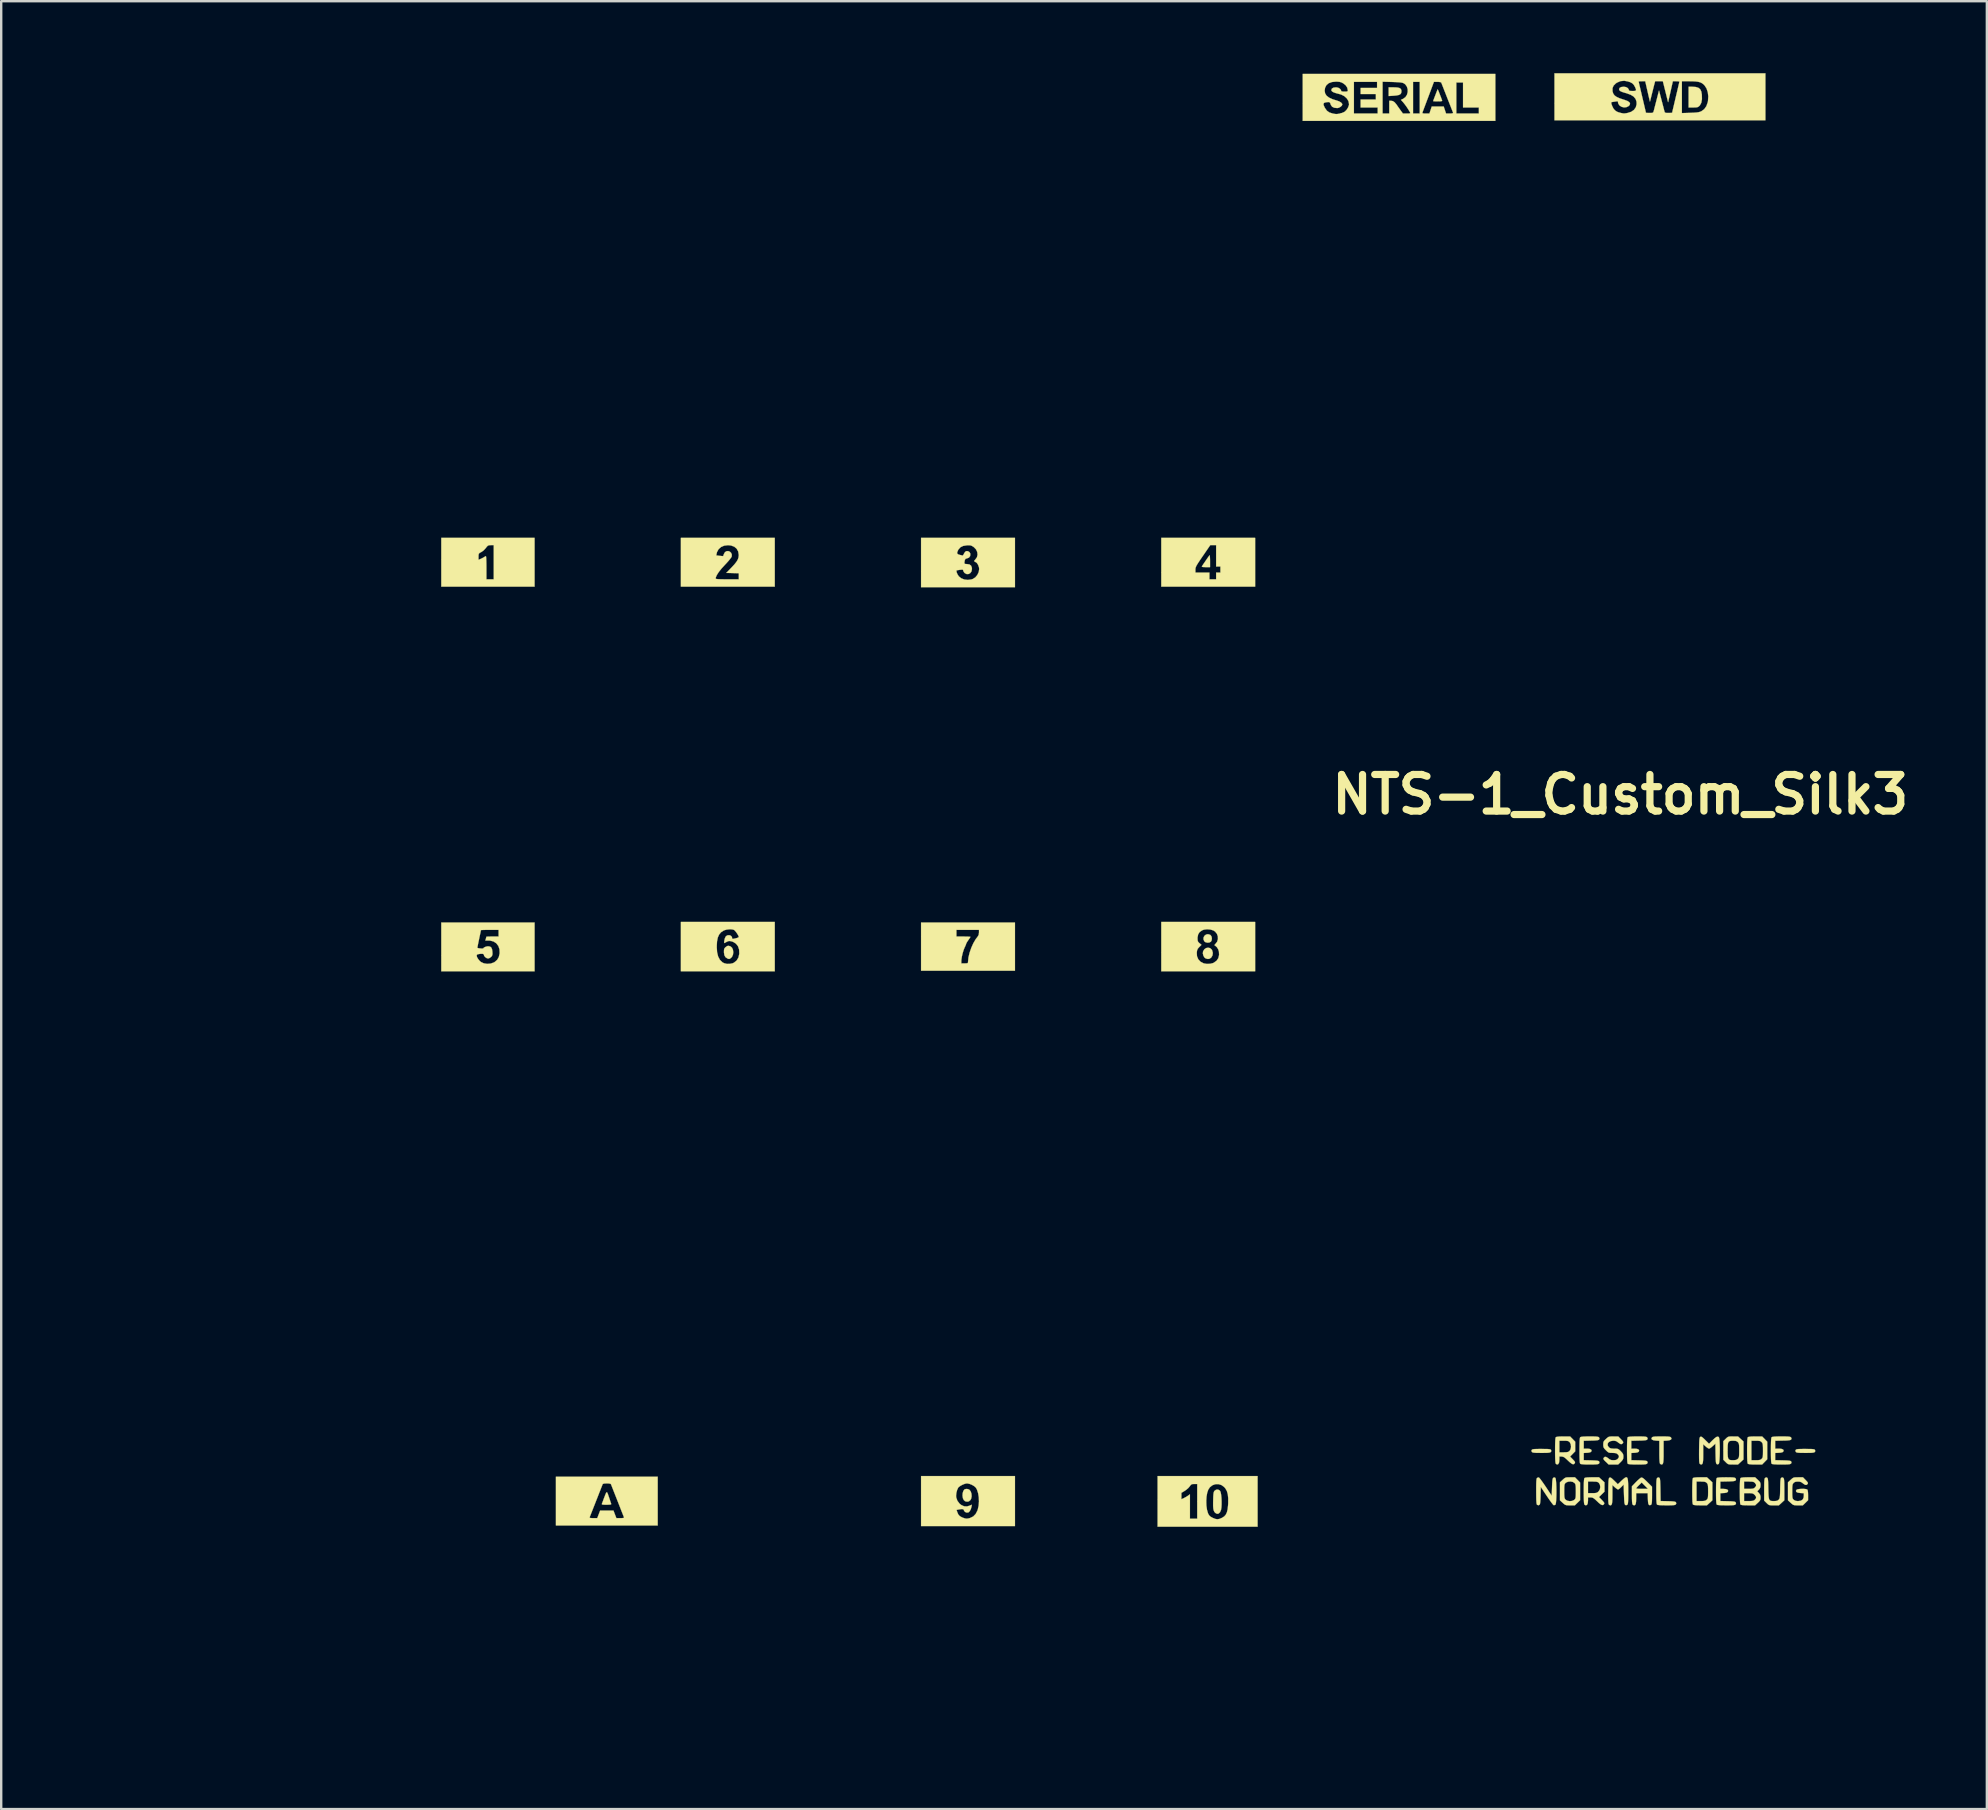
<source format=kicad_pcb>
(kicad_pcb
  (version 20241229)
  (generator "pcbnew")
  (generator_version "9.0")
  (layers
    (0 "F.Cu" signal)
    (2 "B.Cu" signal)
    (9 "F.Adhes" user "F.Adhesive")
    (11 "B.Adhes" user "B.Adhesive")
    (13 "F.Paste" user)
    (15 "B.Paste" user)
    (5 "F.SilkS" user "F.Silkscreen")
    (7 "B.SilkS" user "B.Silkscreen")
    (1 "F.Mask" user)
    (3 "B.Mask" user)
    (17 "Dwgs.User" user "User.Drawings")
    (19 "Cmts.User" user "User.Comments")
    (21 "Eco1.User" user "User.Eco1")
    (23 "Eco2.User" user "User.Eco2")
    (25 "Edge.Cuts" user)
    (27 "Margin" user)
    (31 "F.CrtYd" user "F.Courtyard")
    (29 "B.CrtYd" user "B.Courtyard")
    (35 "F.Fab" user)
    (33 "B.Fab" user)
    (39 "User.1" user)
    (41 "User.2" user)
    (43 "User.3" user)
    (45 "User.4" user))
  (footprint "NTS-1_Custom_Silk3"
    (layer "F.Cu")
    (at 0.25 69.073)
    (property "Reference" "NTS-1_Custom_Silk3" (at 64.21 -39.02 0) (layer "F.SilkS") (effects (font (size 1.524 1.524) (thickness 0.3))))
    (attr through_hole)
    (fp_poly (pts (xy 54.906 -68.479) (xy 55.001 -68.46) (xy 55.059 -68.425) (xy 55.087 -68.371) (xy 55.091 -68.321) (xy 55.082 -68.251) (xy 55.049 -68.201) (xy 54.985 -68.167) (xy 54.883 -68.146) (xy 54.777 -68.136) (xy 54.558 -68.121) (xy 54.558 -68.484) (xy 54.768 -68.484) (xy 54.906 -68.479)) (stroke (width 0.01) (type solid)) (fill yes) (layer "F.SilkS"))
    (fp_poly (pts (xy 47.114 -33.177) (xy 47.136 -33.164) (xy 47.176 -33.108) (xy 47.193 -33.029) (xy 47.184 -32.947) (xy 47.152 -32.888) (xy 47.088 -32.854) (xy 47.006 -32.847) (xy 46.928 -32.865) (xy 46.876 -32.904) (xy 46.841 -32.989) (xy 46.848 -33.07) (xy 46.887 -33.138) (xy 46.951 -33.185) (xy 47.029 -33.201) (xy 47.114 -33.177)) (stroke (width 0.01) (type solid)) (fill yes) (layer "F.SilkS"))
    (fp_poly (pts (xy 67.354 -68.499) (xy 67.464 -68.465) (xy 67.539 -68.403) (xy 67.585 -68.307) (xy 67.607 -68.179) (xy 67.611 -67.991) (xy 67.585 -67.844) (xy 67.529 -67.738) (xy 67.512 -67.718) (xy 67.47 -67.681) (xy 67.429 -67.659) (xy 67.371 -67.649) (xy 67.283 -67.646) (xy 67.247 -67.646) (xy 67.055 -67.646) (xy 67.055 -68.509) (xy 67.203 -68.509) (xy 67.354 -68.499)) (stroke (width 0.01) (type solid)) (fill yes) (layer "F.SilkS"))
    (fp_poly (pts (xy 37.028 -10.081) (xy 37.088 -10.055) (xy 37.144 -9.984) (xy 37.176 -9.885) (xy 37.183 -9.776) (xy 37.161 -9.675) (xy 37.132 -9.623) (xy 37.068 -9.569) (xy 36.994 -9.556) (xy 36.912 -9.573) (xy 36.856 -9.623) (xy 36.818 -9.703) (xy 36.803 -9.804) (xy 36.809 -9.909) (xy 36.837 -10.002) (xy 36.884 -10.066) (xy 36.89 -10.07) (xy 36.952 -10.087) (xy 37.028 -10.081)) (stroke (width 0.01) (type solid)) (fill yes) (layer "F.SilkS"))
    (fp_poly (pts (xy 47.103 -48.975) (xy 47.11 -48.92) (xy 47.115 -48.834) (xy 47.116 -48.753) (xy 47.116 -48.494) (xy 46.937 -48.494) (xy 46.84 -48.496) (xy 46.788 -48.504) (xy 46.773 -48.518) (xy 46.776 -48.526) (xy 46.8 -48.564) (xy 46.844 -48.63) (xy 46.901 -48.713) (xy 46.962 -48.802) (xy 47.02 -48.885) (xy 47.066 -48.95) (xy 47.093 -48.986) (xy 47.095 -48.988) (xy 47.103 -48.975)) (stroke (width 0.01) (type solid)) (fill yes) (layer "F.SilkS"))
    (fp_poly (pts (xy 47.116 -32.621) (xy 47.183 -32.564) (xy 47.203 -32.53) (xy 47.232 -32.422) (xy 47.219 -32.318) (xy 47.169 -32.232) (xy 47.148 -32.212) (xy 47.082 -32.173) (xy 47.016 -32.168) (xy 46.935 -32.19) (xy 46.878 -32.235) (xy 46.836 -32.312) (xy 46.816 -32.401) (xy 46.825 -32.484) (xy 46.826 -32.484) (xy 46.877 -32.57) (xy 46.951 -32.622) (xy 47.034 -32.639) (xy 47.116 -32.621)) (stroke (width 0.01) (type solid)) (fill yes) (layer "F.SilkS"))
    (fp_poly (pts (xy 56.612 -68.382) (xy 56.639 -68.32) (xy 56.679 -68.219) (xy 56.73 -68.086) (xy 56.787 -67.932) (xy 56.779 -67.915) (xy 56.736 -67.904) (xy 56.652 -67.9) (xy 56.605 -67.9) (xy 56.514 -67.901) (xy 56.445 -67.904) (xy 56.413 -67.909) (xy 56.412 -67.91) (xy 56.421 -67.938) (xy 56.443 -68) (xy 56.475 -68.084) (xy 56.51 -68.177) (xy 56.545 -68.268) (xy 56.575 -68.344) (xy 56.595 -68.391) (xy 56.6 -68.401) (xy 56.612 -68.382)) (stroke (width 0.01) (type solid)) (fill yes) (layer "F.SilkS"))
    (fp_poly (pts (xy 27.134 -32.693) (xy 27.136 -32.692) (xy 27.199 -32.638) (xy 27.238 -32.553) (xy 27.252 -32.452) (xy 27.24 -32.35) (xy 27.201 -32.26) (xy 27.165 -32.22) (xy 27.113 -32.179) (xy 27.076 -32.167) (xy 27.031 -32.178) (xy 27.012 -32.186) (xy 26.93 -32.239) (xy 26.882 -32.321) (xy 26.863 -32.44) (xy 26.863 -32.456) (xy 26.865 -32.543) (xy 26.878 -32.598) (xy 26.909 -32.639) (xy 26.931 -32.66) (xy 26.999 -32.708) (xy 27.059 -32.717) (xy 27.134 -32.693)) (stroke (width 0.01) (type solid)) (fill yes) (layer "F.SilkS"))
    (fp_poly (pts (xy 22 -9.937) (xy 22.026 -9.878) (xy 22.061 -9.776) (xy 22.072 -9.744) (xy 22.108 -9.636) (xy 22.138 -9.545) (xy 22.159 -9.482) (xy 22.167 -9.461) (xy 22.159 -9.444) (xy 22.118 -9.434) (xy 22.035 -9.43) (xy 21.97 -9.429) (xy 21.868 -9.43) (xy 21.807 -9.434) (xy 21.779 -9.444) (xy 21.775 -9.462) (xy 21.779 -9.473) (xy 21.796 -9.517) (xy 21.825 -9.594) (xy 21.86 -9.69) (xy 21.871 -9.718) (xy 21.918 -9.842) (xy 21.951 -9.919) (xy 21.977 -9.951) (xy 22 -9.937)) (stroke (width 0.01) (type solid)) (fill yes) (layer "F.SilkS"))
    (fp_poly (pts (xy 48.995 -47.681) (xy 45.084 -47.681) (xy 45.084 -48.387) (xy 46.506 -48.387) (xy 46.506 -48.266) (xy 47.09 -48.266) (xy 47.09 -47.986) (xy 47.37 -47.986) (xy 47.37 -48.266) (xy 47.548 -48.266) (xy 47.548 -48.52) (xy 47.37 -48.52) (xy 47.37 -49.409) (xy 47.125 -49.409) (xy 46.816 -48.959) (xy 46.713 -48.809) (xy 46.636 -48.694) (xy 46.581 -48.607) (xy 46.544 -48.541) (xy 46.522 -48.491) (xy 46.51 -48.448) (xy 46.506 -48.407) (xy 46.506 -48.387) (xy 45.084 -48.387) (xy 45.084 -49.713) (xy 48.995 -49.713) (xy 48.995 -47.681)) (stroke (width 0.01) (type solid)) (fill yes) (layer "F.SilkS"))
    (fp_poly (pts (xy 47.52 -10.022) (xy 47.539 -9.997) (xy 47.561 -9.937) (xy 47.579 -9.839) (xy 47.591 -9.716) (xy 47.597 -9.581) (xy 47.597 -9.446) (xy 47.591 -9.324) (xy 47.577 -9.228) (xy 47.573 -9.212) (xy 47.53 -9.114) (xy 47.473 -9.06) (xy 47.406 -9.05) (xy 47.336 -9.088) (xy 47.32 -9.103) (xy 47.288 -9.147) (xy 47.265 -9.203) (xy 47.251 -9.279) (xy 47.244 -9.383) (xy 47.244 -9.525) (xy 47.247 -9.641) (xy 47.251 -9.778) (xy 47.258 -9.874) (xy 47.268 -9.939) (xy 47.283 -9.981) (xy 47.304 -10.011) (xy 47.374 -10.057) (xy 47.451 -10.06) (xy 47.52 -10.022)) (stroke (width 0.01) (type solid)) (fill yes) (layer "F.SilkS"))
    (fp_poly (pts (xy 61.069 -11.752) (xy 61.175 -11.75) (xy 61.246 -11.744) (xy 61.289 -11.735) (xy 61.314 -11.722) (xy 61.323 -11.711) (xy 61.335 -11.661) (xy 61.316 -11.628) (xy 61.294 -11.612) (xy 61.256 -11.601) (xy 61.192 -11.593) (xy 61.095 -11.589) (xy 60.958 -11.588) (xy 60.921 -11.588) (xy 60.773 -11.589) (xy 60.668 -11.592) (xy 60.597 -11.599) (xy 60.554 -11.609) (xy 60.529 -11.624) (xy 60.525 -11.628) (xy 60.506 -11.677) (xy 60.519 -11.711) (xy 60.535 -11.727) (xy 60.566 -11.739) (xy 60.62 -11.747) (xy 60.703 -11.751) (xy 60.825 -11.753) (xy 60.921 -11.753) (xy 61.069 -11.752)) (stroke (width 0.01) (type solid)) (fill yes) (layer "F.SilkS"))
    (fp_poly (pts (xy 72.067 -11.752) (xy 72.173 -11.75) (xy 72.244 -11.744) (xy 72.288 -11.735) (xy 72.312 -11.722) (xy 72.321 -11.711) (xy 72.333 -11.661) (xy 72.314 -11.628) (xy 72.293 -11.612) (xy 72.254 -11.601) (xy 72.19 -11.593) (xy 72.094 -11.589) (xy 71.956 -11.588) (xy 71.919 -11.588) (xy 71.771 -11.589) (xy 71.666 -11.592) (xy 71.596 -11.599) (xy 71.552 -11.609) (xy 71.527 -11.624) (xy 71.523 -11.628) (xy 71.504 -11.677) (xy 71.517 -11.711) (xy 71.534 -11.727) (xy 71.565 -11.739) (xy 71.618 -11.747) (xy 71.701 -11.751) (xy 71.823 -11.753) (xy 71.919 -11.753) (xy 72.067 -11.752)) (stroke (width 0.01) (type solid)) (fill yes) (layer "F.SilkS"))
    (fp_poly (pts (xy 18.973 -47.681) (xy 15.086 -47.681) (xy 15.086 -48.798) (xy 16.636 -48.798) (xy 16.725 -48.836) (xy 16.801 -48.872) (xy 16.866 -48.909) (xy 16.871 -48.912) (xy 16.919 -48.942) (xy 16.946 -48.951) (xy 16.952 -48.927) (xy 16.958 -48.86) (xy 16.962 -48.758) (xy 16.965 -48.628) (xy 16.966 -48.479) (xy 16.966 -48.469) (xy 16.966 -47.986) (xy 17.271 -47.986) (xy 17.271 -49.409) (xy 17.15 -49.409) (xy 17.08 -49.406) (xy 17.032 -49.39) (xy 16.989 -49.352) (xy 16.941 -49.289) (xy 16.866 -49.207) (xy 16.781 -49.139) (xy 16.745 -49.118) (xy 16.683 -49.085) (xy 16.651 -49.053) (xy 16.639 -49.004) (xy 16.637 -48.932) (xy 16.636 -48.798) (xy 15.086 -48.798) (xy 15.086 -49.713) (xy 18.973 -49.713) (xy 18.973 -47.681)) (stroke (width 0.01) (type solid)) (fill yes) (layer "F.SilkS"))
    (fp_poly (pts (xy 66.072 -12.273) (xy 66.178 -12.27) (xy 66.248 -12.263) (xy 66.291 -12.253) (xy 66.316 -12.238) (xy 66.32 -12.234) (xy 66.343 -12.182) (xy 66.318 -12.141) (xy 66.248 -12.113) (xy 66.157 -12.101) (xy 66.013 -12.093) (xy 66.013 -11.63) (xy 66.013 -11.452) (xy 66.009 -11.319) (xy 66.002 -11.225) (xy 65.991 -11.162) (xy 65.974 -11.126) (xy 65.95 -11.109) (xy 65.924 -11.105) (xy 65.884 -11.122) (xy 65.866 -11.136) (xy 65.854 -11.168) (xy 65.845 -11.238) (xy 65.839 -11.35) (xy 65.836 -11.507) (xy 65.836 -11.63) (xy 65.836 -12.093) (xy 65.692 -12.101) (xy 65.587 -12.116) (xy 65.524 -12.146) (xy 65.507 -12.189) (xy 65.529 -12.234) (xy 65.551 -12.25) (xy 65.589 -12.261) (xy 65.653 -12.269) (xy 65.75 -12.272) (xy 65.887 -12.274) (xy 65.924 -12.274) (xy 66.072 -12.273)) (stroke (width 0.01) (type solid)) (fill yes) (layer "F.SilkS"))
    (fp_poly (pts (xy 65.831 -10.555) (xy 65.847 -10.54) (xy 65.858 -10.511) (xy 65.866 -10.461) (xy 65.872 -10.384) (xy 65.876 -10.273) (xy 65.88 -10.12) (xy 65.881 -10.056) (xy 65.888 -9.583) (xy 66.195 -9.576) (xy 66.33 -9.572) (xy 66.422 -9.565) (xy 66.481 -9.556) (xy 66.515 -9.542) (xy 66.53 -9.526) (xy 66.541 -9.476) (xy 66.523 -9.444) (xy 66.501 -9.427) (xy 66.463 -9.416) (xy 66.399 -9.409) (xy 66.302 -9.405) (xy 66.164 -9.404) (xy 66.13 -9.404) (xy 65.961 -9.406) (xy 65.841 -9.412) (xy 65.767 -9.422) (xy 65.739 -9.434) (xy 65.728 -9.464) (xy 65.719 -9.53) (xy 65.713 -9.635) (xy 65.71 -9.784) (xy 65.709 -9.98) (xy 65.709 -9.99) (xy 65.709 -10.17) (xy 65.711 -10.306) (xy 65.714 -10.404) (xy 65.72 -10.471) (xy 65.729 -10.514) (xy 65.74 -10.539) (xy 65.749 -10.548) (xy 65.798 -10.568) (xy 65.831 -10.555)) (stroke (width 0.01) (type solid)) (fill yes) (layer "F.SilkS"))
    (fp_poly (pts (xy 38.988 -31.679) (xy 35.076 -31.679) (xy 35.076 -33.381) (xy 36.549 -33.381) (xy 36.549 -33.102) (xy 36.842 -33.102) (xy 36.957 -33.101) (xy 37.05 -33.098) (xy 37.113 -33.094) (xy 37.134 -33.089) (xy 37.12 -33.063) (xy 37.084 -33.009) (xy 37.045 -32.953) (xy 36.997 -32.882) (xy 36.965 -32.827) (xy 36.956 -32.803) (xy 36.945 -32.767) (xy 36.918 -32.702) (xy 36.894 -32.653) (xy 36.85 -32.544) (xy 36.808 -32.407) (xy 36.775 -32.263) (xy 36.756 -32.134) (xy 36.753 -32.074) (xy 36.753 -31.984) (xy 36.892 -31.984) (xy 36.972 -31.986) (xy 37.014 -31.994) (xy 37.03 -32.016) (xy 37.033 -32.054) (xy 37.051 -32.232) (xy 37.098 -32.43) (xy 37.168 -32.633) (xy 37.255 -32.827) (xy 37.354 -32.995) (xy 37.432 -33.096) (xy 37.476 -33.172) (xy 37.489 -33.271) (xy 37.489 -33.381) (xy 36.549 -33.381) (xy 35.076 -33.381) (xy 35.076 -33.686) (xy 38.988 -33.686) (xy 38.988 -31.679)) (stroke (width 0.01) (type solid)) (fill yes) (layer "F.SilkS"))
    (fp_poly (pts (xy 48.995 -31.654) (xy 45.084 -31.654) (xy 45.084 -32.435) (xy 46.563 -32.435) (xy 46.572 -32.284) (xy 46.625 -32.155) (xy 46.717 -32.055) (xy 46.846 -31.988) (xy 46.86 -31.983) (xy 46.986 -31.962) (xy 47.12 -31.967) (xy 47.24 -31.997) (xy 47.267 -32.009) (xy 47.386 -32.093) (xy 47.461 -32.202) (xy 47.493 -32.337) (xy 47.486 -32.474) (xy 47.456 -32.571) (xy 47.401 -32.658) (xy 47.333 -32.719) (xy 47.314 -32.729) (xy 47.3 -32.748) (xy 47.329 -32.783) (xy 47.335 -32.789) (xy 47.41 -32.883) (xy 47.444 -32.994) (xy 47.441 -33.11) (xy 47.4 -33.22) (xy 47.324 -33.311) (xy 47.255 -33.356) (xy 47.133 -33.394) (xy 46.996 -33.406) (xy 46.864 -33.39) (xy 46.787 -33.362) (xy 46.683 -33.289) (xy 46.621 -33.193) (xy 46.596 -33.068) (xy 46.595 -33.034) (xy 46.598 -32.949) (xy 46.613 -32.895) (xy 46.646 -32.852) (xy 46.677 -32.825) (xy 46.759 -32.756) (xy 46.666 -32.664) (xy 46.608 -32.598) (xy 46.578 -32.533) (xy 46.564 -32.446) (xy 46.563 -32.435) (xy 45.084 -32.435) (xy 45.084 -33.711) (xy 48.995 -33.711) (xy 48.995 -31.654)) (stroke (width 0.01) (type solid)) (fill yes) (layer "F.SilkS"))
    (fp_poly (pts (xy 65.112 -10.56) (xy 65.156 -10.537) (xy 65.218 -10.486) (xy 65.307 -10.402) (xy 65.331 -10.378) (xy 65.531 -10.179) (xy 65.531 -9.82) (xy 65.53 -9.673) (xy 65.527 -9.568) (xy 65.52 -9.498) (xy 65.51 -9.455) (xy 65.494 -9.431) (xy 65.491 -9.427) (xy 65.442 -9.408) (xy 65.408 -9.42) (xy 65.387 -9.445) (xy 65.372 -9.491) (xy 65.363 -9.571) (xy 65.358 -9.679) (xy 65.351 -9.912) (xy 64.87 -9.912) (xy 64.87 -9.688) (xy 64.866 -9.558) (xy 64.853 -9.472) (xy 64.829 -9.422) (xy 64.791 -9.404) (xy 64.781 -9.404) (xy 64.741 -9.42) (xy 64.723 -9.434) (xy 64.709 -9.472) (xy 64.699 -9.553) (xy 64.694 -9.681) (xy 64.693 -9.83) (xy 64.693 -10.11) (xy 64.87 -10.11) (xy 64.894 -10.101) (xy 64.957 -10.094) (xy 65.05 -10.09) (xy 65.118 -10.089) (xy 65.365 -10.089) (xy 65.1 -10.355) (xy 64.985 -10.242) (xy 64.925 -10.181) (xy 64.884 -10.132) (xy 64.87 -10.11) (xy 64.693 -10.11) (xy 64.693 -10.196) (xy 64.861 -10.371) (xy 64.94 -10.449) (xy 65.011 -10.512) (xy 65.064 -10.553) (xy 65.08 -10.561) (xy 65.112 -10.56)) (stroke (width 0.01) (type solid)) (fill yes) (layer "F.SilkS"))
    (fp_poly (pts (xy 67.932 -10.467) (xy 68.045 -10.362) (xy 68.045 -9.613) (xy 67.932 -9.508) (xy 67.818 -9.404) (xy 67.543 -9.404) (xy 67.396 -9.407) (xy 67.295 -9.416) (xy 67.242 -9.431) (xy 67.238 -9.434) (xy 67.226 -9.464) (xy 67.218 -9.53) (xy 67.212 -9.636) (xy 67.208 -9.785) (xy 67.207 -9.981) (xy 67.207 -9.988) (xy 67.208 -10.185) (xy 67.212 -10.336) (xy 67.215 -10.394) (xy 67.385 -10.394) (xy 67.385 -9.581) (xy 67.568 -9.581) (xy 67.67 -9.584) (xy 67.737 -9.594) (xy 67.783 -9.615) (xy 67.809 -9.637) (xy 67.834 -9.664) (xy 67.851 -9.696) (xy 67.861 -9.743) (xy 67.866 -9.816) (xy 67.868 -9.924) (xy 67.868 -9.984) (xy 67.867 -10.112) (xy 67.863 -10.2) (xy 67.855 -10.259) (xy 67.841 -10.298) (xy 67.819 -10.328) (xy 67.812 -10.335) (xy 67.776 -10.367) (xy 67.732 -10.384) (xy 67.665 -10.392) (xy 67.571 -10.394) (xy 67.385 -10.394) (xy 67.215 -10.394) (xy 67.217 -10.443) (xy 67.226 -10.51) (xy 67.237 -10.541) (xy 67.238 -10.542) (xy 67.281 -10.557) (xy 67.373 -10.568) (xy 67.512 -10.572) (xy 67.543 -10.572) (xy 67.818 -10.572) (xy 67.932 -10.467)) (stroke (width 0.01) (type solid)) (fill yes) (layer "F.SilkS"))
    (fp_poly (pts (xy 70.225 -12.165) (xy 70.331 -12.056) (xy 70.331 -11.323) (xy 70.225 -11.214) (xy 70.118 -11.105) (xy 69.836 -11.105) (xy 69.686 -11.108) (xy 69.583 -11.117) (xy 69.529 -11.132) (xy 69.524 -11.136) (xy 69.512 -11.166) (xy 69.504 -11.232) (xy 69.498 -11.337) (xy 69.494 -11.486) (xy 69.493 -11.682) (xy 69.493 -11.69) (xy 69.494 -11.887) (xy 69.498 -12.038) (xy 69.501 -12.096) (xy 69.671 -12.096) (xy 69.671 -11.283) (xy 69.854 -11.283) (xy 69.956 -11.286) (xy 70.023 -11.296) (xy 70.069 -11.317) (xy 70.095 -11.338) (xy 70.12 -11.366) (xy 70.137 -11.398) (xy 70.147 -11.445) (xy 70.152 -11.517) (xy 70.154 -11.626) (xy 70.154 -11.686) (xy 70.153 -11.814) (xy 70.149 -11.902) (xy 70.141 -11.96) (xy 70.127 -11.999) (xy 70.105 -12.03) (xy 70.098 -12.037) (xy 70.062 -12.068) (xy 70.018 -12.086) (xy 69.951 -12.094) (xy 69.857 -12.096) (xy 69.671 -12.096) (xy 69.501 -12.096) (xy 69.503 -12.145) (xy 69.512 -12.212) (xy 69.523 -12.243) (xy 69.524 -12.243) (xy 69.567 -12.259) (xy 69.66 -12.269) (xy 69.8 -12.274) (xy 69.836 -12.274) (xy 70.118 -12.274) (xy 70.225 -12.165)) (stroke (width 0.01) (type solid)) (fill yes) (layer "F.SilkS"))
    (fp_poly (pts (xy 24.103 -8.565) (xy 19.862 -8.565) (xy 19.862 -8.902) (xy 21.266 -8.902) (xy 21.273 -8.884) (xy 21.317 -8.874) (xy 21.405 -8.87) (xy 21.419 -8.87) (xy 21.584 -8.87) (xy 21.706 -9.188) (xy 22.259 -9.188) (xy 22.381 -8.87) (xy 22.546 -8.87) (xy 22.639 -8.873) (xy 22.688 -8.882) (xy 22.7 -8.899) (xy 22.699 -8.902) (xy 22.687 -8.933) (xy 22.658 -9.005) (xy 22.616 -9.112) (xy 22.563 -9.246) (xy 22.502 -9.403) (xy 22.434 -9.575) (xy 22.427 -9.594) (xy 22.359 -9.767) (xy 22.296 -9.926) (xy 22.242 -10.063) (xy 22.199 -10.173) (xy 22.169 -10.249) (xy 22.155 -10.285) (xy 22.155 -10.286) (xy 22.12 -10.306) (xy 22.039 -10.317) (xy 21.983 -10.318) (xy 21.879 -10.313) (xy 21.821 -10.297) (xy 21.81 -10.286) (xy 21.798 -10.255) (xy 21.769 -10.183) (xy 21.727 -10.076) (xy 21.674 -9.942) (xy 21.613 -9.785) (xy 21.545 -9.613) (xy 21.538 -9.594) (xy 21.47 -9.421) (xy 21.407 -9.262) (xy 21.353 -9.125) (xy 21.31 -9.015) (xy 21.28 -8.939) (xy 21.266 -8.903) (xy 21.266 -8.902) (xy 19.862 -8.902) (xy 19.862 -10.597) (xy 24.103 -10.597) (xy 24.103 -8.565)) (stroke (width 0.01) (type solid)) (fill yes) (layer "F.SilkS"))
    (fp_poly (pts (xy 69.227 -12.169) (xy 69.341 -12.064) (xy 69.341 -11.315) (xy 69.227 -11.21) (xy 69.113 -11.105) (xy 68.907 -11.105) (xy 68.804 -11.106) (xy 68.737 -11.112) (xy 68.69 -11.128) (xy 68.648 -11.158) (xy 68.601 -11.204) (xy 68.503 -11.303) (xy 68.503 -11.694) (xy 68.68 -11.694) (xy 68.682 -11.541) (xy 68.689 -11.431) (xy 68.706 -11.358) (xy 68.737 -11.314) (xy 68.786 -11.292) (xy 68.856 -11.284) (xy 68.905 -11.283) (xy 69 -11.289) (xy 69.064 -11.309) (xy 69.104 -11.338) (xy 69.13 -11.366) (xy 69.146 -11.398) (xy 69.156 -11.445) (xy 69.161 -11.517) (xy 69.163 -11.626) (xy 69.163 -11.686) (xy 69.162 -11.814) (xy 69.159 -11.902) (xy 69.15 -11.96) (xy 69.136 -11.999) (xy 69.114 -12.03) (xy 69.108 -12.037) (xy 69.063 -12.073) (xy 69.004 -12.091) (xy 68.914 -12.096) (xy 68.913 -12.096) (xy 68.826 -12.093) (xy 68.763 -12.08) (xy 68.722 -12.049) (xy 68.697 -11.993) (xy 68.685 -11.905) (xy 68.681 -11.777) (xy 68.68 -11.694) (xy 68.503 -11.694) (xy 68.503 -12.077) (xy 68.601 -12.175) (xy 68.652 -12.224) (xy 68.693 -12.253) (xy 68.741 -12.268) (xy 68.81 -12.273) (xy 68.907 -12.274) (xy 69.113 -12.274) (xy 69.227 -12.169)) (stroke (width 0.01) (type solid)) (fill yes) (layer "F.SilkS"))
    (fp_poly (pts (xy 62.427 -10.463) (xy 62.534 -10.354) (xy 62.534 -9.617) (xy 62.425 -9.51) (xy 62.316 -9.404) (xy 62.119 -9.404) (xy 62.019 -9.405) (xy 61.953 -9.412) (xy 61.905 -9.43) (xy 61.856 -9.466) (xy 61.809 -9.508) (xy 61.695 -9.613) (xy 61.695 -9.991) (xy 61.873 -9.991) (xy 61.874 -9.863) (xy 61.878 -9.775) (xy 61.886 -9.717) (xy 61.9 -9.678) (xy 61.922 -9.647) (xy 61.928 -9.64) (xy 62.001 -9.596) (xy 62.097 -9.578) (xy 62.197 -9.587) (xy 62.281 -9.624) (xy 62.297 -9.637) (xy 62.322 -9.664) (xy 62.339 -9.696) (xy 62.349 -9.743) (xy 62.354 -9.816) (xy 62.356 -9.924) (xy 62.356 -9.984) (xy 62.355 -10.112) (xy 62.351 -10.2) (xy 62.343 -10.259) (xy 62.329 -10.298) (xy 62.307 -10.328) (xy 62.301 -10.335) (xy 62.228 -10.38) (xy 62.132 -10.398) (xy 62.032 -10.388) (xy 61.948 -10.352) (xy 61.932 -10.339) (xy 61.907 -10.312) (xy 61.89 -10.28) (xy 61.88 -10.233) (xy 61.875 -10.16) (xy 61.873 -10.051) (xy 61.873 -9.991) (xy 61.695 -9.991) (xy 61.695 -10.362) (xy 61.809 -10.467) (xy 61.868 -10.52) (xy 61.915 -10.551) (xy 61.966 -10.566) (xy 62.037 -10.571) (xy 62.121 -10.572) (xy 62.32 -10.572) (xy 62.427 -10.463)) (stroke (width 0.01) (type solid)) (fill yes) (layer "F.SilkS"))
    (fp_poly (pts (xy 61.503 -10.548) (xy 61.518 -10.511) (xy 61.529 -10.433) (xy 61.538 -10.322) (xy 61.544 -10.19) (xy 61.547 -10.044) (xy 61.547 -9.895) (xy 61.544 -9.752) (xy 61.538 -9.624) (xy 61.529 -9.521) (xy 61.516 -9.452) (xy 61.505 -9.429) (xy 61.456 -9.41) (xy 61.43 -9.412) (xy 61.404 -9.437) (xy 61.356 -9.498) (xy 61.291 -9.587) (xy 61.214 -9.696) (xy 61.144 -9.8) (xy 60.895 -10.173) (xy 60.888 -9.822) (xy 60.883 -9.679) (xy 60.876 -9.562) (xy 60.866 -9.479) (xy 60.854 -9.438) (xy 60.853 -9.437) (xy 60.802 -9.405) (xy 60.747 -9.424) (xy 60.735 -9.434) (xy 60.724 -9.464) (xy 60.715 -9.53) (xy 60.709 -9.635) (xy 60.706 -9.784) (xy 60.705 -9.98) (xy 60.705 -9.99) (xy 60.705 -10.172) (xy 60.707 -10.309) (xy 60.711 -10.409) (xy 60.717 -10.476) (xy 60.726 -10.519) (xy 60.738 -10.542) (xy 60.743 -10.546) (xy 60.792 -10.566) (xy 60.818 -10.563) (xy 60.844 -10.538) (xy 60.892 -10.478) (xy 60.957 -10.389) (xy 61.034 -10.279) (xy 61.104 -10.176) (xy 61.352 -9.803) (xy 61.365 -10.166) (xy 61.371 -10.313) (xy 61.378 -10.417) (xy 61.387 -10.486) (xy 61.399 -10.528) (xy 61.415 -10.551) (xy 61.42 -10.555) (xy 61.47 -10.567) (xy 61.503 -10.548)) (stroke (width 0.01) (type solid)) (fill yes) (layer "F.SilkS"))
    (fp_poly (pts (xy 28.98 -47.681) (xy 25.069 -47.681) (xy 25.069 -48.018) (xy 26.517 -48.018) (xy 26.529 -48.006) (xy 26.568 -47.998) (xy 26.641 -47.992) (xy 26.751 -47.988) (xy 26.905 -47.986) (xy 26.999 -47.986) (xy 27.482 -47.986) (xy 27.482 -48.238) (xy 27.221 -48.246) (xy 26.961 -48.253) (xy 27.177 -48.476) (xy 27.298 -48.606) (xy 27.383 -48.714) (xy 27.439 -48.808) (xy 27.469 -48.896) (xy 27.48 -48.988) (xy 27.48 -49.002) (xy 27.457 -49.145) (xy 27.394 -49.261) (xy 27.294 -49.345) (xy 27.159 -49.395) (xy 27.033 -49.408) (xy 26.875 -49.389) (xy 26.742 -49.332) (xy 26.64 -49.241) (xy 26.574 -49.122) (xy 26.559 -49.062) (xy 26.544 -48.982) (xy 26.685 -48.965) (xy 26.762 -48.957) (xy 26.816 -48.954) (xy 26.831 -48.956) (xy 26.841 -48.983) (xy 26.86 -49.038) (xy 26.861 -49.04) (xy 26.906 -49.118) (xy 26.97 -49.158) (xy 27.041 -49.164) (xy 27.109 -49.139) (xy 27.162 -49.088) (xy 27.191 -49.015) (xy 27.186 -48.932) (xy 27.162 -48.891) (xy 27.11 -48.822) (xy 27.036 -48.733) (xy 26.946 -48.634) (xy 26.906 -48.592) (xy 26.763 -48.436) (xy 26.65 -48.294) (xy 26.57 -48.17) (xy 26.525 -48.069) (xy 26.517 -48.018) (xy 25.069 -48.018) (xy 25.069 -49.713) (xy 28.98 -49.713) (xy 28.98 -47.681)) (stroke (width 0.01) (type solid)) (fill yes) (layer "F.SilkS"))
    (fp_poly (pts (xy 63.077 -12.273) (xy 63.181 -12.27) (xy 63.251 -12.263) (xy 63.295 -12.253) (xy 63.319 -12.237) (xy 63.323 -12.234) (xy 63.342 -12.185) (xy 63.33 -12.151) (xy 63.31 -12.132) (xy 63.272 -12.119) (xy 63.208 -12.111) (xy 63.109 -12.105) (xy 62.994 -12.102) (xy 62.686 -12.094) (xy 62.686 -11.766) (xy 62.823 -11.766) (xy 62.927 -11.756) (xy 62.992 -11.728) (xy 63.014 -11.684) (xy 62.999 -11.643) (xy 62.959 -11.614) (xy 62.878 -11.597) (xy 62.829 -11.593) (xy 62.686 -11.585) (xy 62.686 -11.285) (xy 62.994 -11.278) (xy 63.129 -11.273) (xy 63.221 -11.267) (xy 63.28 -11.258) (xy 63.314 -11.244) (xy 63.33 -11.228) (xy 63.341 -11.178) (xy 63.323 -11.146) (xy 63.301 -11.129) (xy 63.262 -11.118) (xy 63.198 -11.111) (xy 63.101 -11.107) (xy 62.963 -11.105) (xy 62.929 -11.105) (xy 62.76 -11.107) (xy 62.64 -11.114) (xy 62.566 -11.124) (xy 62.539 -11.136) (xy 62.527 -11.166) (xy 62.519 -11.232) (xy 62.513 -11.337) (xy 62.509 -11.486) (xy 62.508 -11.682) (xy 62.508 -11.69) (xy 62.509 -11.887) (xy 62.513 -12.038) (xy 62.518 -12.145) (xy 62.527 -12.212) (xy 62.538 -12.243) (xy 62.539 -12.243) (xy 62.577 -12.257) (xy 62.659 -12.267) (xy 62.788 -12.272) (xy 62.929 -12.274) (xy 63.077 -12.273)) (stroke (width 0.01) (type solid)) (fill yes) (layer "F.SilkS"))
    (fp_poly (pts (xy 65.073 -12.273) (xy 65.181 -12.27) (xy 65.253 -12.264) (xy 65.298 -12.254) (xy 65.324 -12.239) (xy 65.329 -12.234) (xy 65.349 -12.185) (xy 65.336 -12.151) (xy 65.317 -12.133) (xy 65.28 -12.12) (xy 65.218 -12.111) (xy 65.121 -12.105) (xy 64.988 -12.102) (xy 64.667 -12.094) (xy 64.667 -11.766) (xy 64.804 -11.766) (xy 64.908 -11.756) (xy 64.973 -11.728) (xy 64.995 -11.684) (xy 64.981 -11.643) (xy 64.94 -11.614) (xy 64.859 -11.597) (xy 64.811 -11.593) (xy 64.667 -11.585) (xy 64.667 -11.285) (xy 64.988 -11.278) (xy 65.126 -11.274) (xy 65.221 -11.268) (xy 65.282 -11.259) (xy 65.318 -11.246) (xy 65.336 -11.228) (xy 65.348 -11.178) (xy 65.329 -11.146) (xy 65.308 -11.13) (xy 65.27 -11.118) (xy 65.207 -11.111) (xy 65.112 -11.107) (xy 64.977 -11.105) (xy 64.923 -11.105) (xy 64.752 -11.107) (xy 64.629 -11.113) (xy 64.552 -11.123) (xy 64.52 -11.136) (xy 64.508 -11.166) (xy 64.5 -11.232) (xy 64.494 -11.337) (xy 64.491 -11.486) (xy 64.489 -11.682) (xy 64.489 -11.69) (xy 64.49 -11.887) (xy 64.494 -12.038) (xy 64.5 -12.145) (xy 64.508 -12.212) (xy 64.519 -12.243) (xy 64.52 -12.243) (xy 64.557 -12.257) (xy 64.637 -12.267) (xy 64.764 -12.272) (xy 64.923 -12.274) (xy 65.073 -12.273)) (stroke (width 0.01) (type solid)) (fill yes) (layer "F.SilkS"))
    (fp_poly (pts (xy 68.766 -10.571) (xy 68.871 -10.568) (xy 68.941 -10.561) (xy 68.984 -10.551) (xy 69.009 -10.536) (xy 69.012 -10.532) (xy 69.032 -10.483) (xy 69.019 -10.449) (xy 68.999 -10.431) (xy 68.962 -10.418) (xy 68.898 -10.409) (xy 68.799 -10.403) (xy 68.684 -10.4) (xy 68.376 -10.393) (xy 68.376 -10.089) (xy 68.512 -10.089) (xy 68.617 -10.08) (xy 68.682 -10.052) (xy 68.703 -10.008) (xy 68.689 -9.967) (xy 68.648 -9.937) (xy 68.568 -9.92) (xy 68.519 -9.917) (xy 68.376 -9.909) (xy 68.376 -9.583) (xy 68.684 -9.576) (xy 68.819 -9.572) (xy 68.911 -9.565) (xy 68.97 -9.556) (xy 69.004 -9.542) (xy 69.019 -9.526) (xy 69.031 -9.476) (xy 69.012 -9.444) (xy 68.991 -9.427) (xy 68.952 -9.416) (xy 68.888 -9.409) (xy 68.791 -9.405) (xy 68.653 -9.404) (xy 68.619 -9.404) (xy 68.45 -9.406) (xy 68.33 -9.412) (xy 68.256 -9.422) (xy 68.228 -9.434) (xy 68.217 -9.464) (xy 68.208 -9.53) (xy 68.202 -9.636) (xy 68.199 -9.785) (xy 68.198 -9.981) (xy 68.198 -9.988) (xy 68.199 -10.185) (xy 68.202 -10.336) (xy 68.208 -10.443) (xy 68.217 -10.51) (xy 68.228 -10.541) (xy 68.228 -10.542) (xy 68.266 -10.556) (xy 68.349 -10.565) (xy 68.478 -10.571) (xy 68.619 -10.572) (xy 68.766 -10.571)) (stroke (width 0.01) (type solid)) (fill yes) (layer "F.SilkS"))
    (fp_poly (pts (xy 70.327 -10.555) (xy 70.343 -10.539) (xy 70.355 -10.508) (xy 70.363 -10.456) (xy 70.369 -10.374) (xy 70.373 -10.257) (xy 70.376 -10.101) (xy 70.38 -9.926) (xy 70.386 -9.796) (xy 70.398 -9.703) (xy 70.417 -9.642) (xy 70.448 -9.606) (xy 70.494 -9.588) (xy 70.556 -9.582) (xy 70.61 -9.581) (xy 70.702 -9.586) (xy 70.761 -9.602) (xy 70.805 -9.635) (xy 70.809 -9.639) (xy 70.829 -9.665) (xy 70.844 -9.695) (xy 70.854 -9.74) (xy 70.861 -9.807) (xy 70.866 -9.904) (xy 70.869 -10.041) (xy 70.87 -10.113) (xy 70.874 -10.271) (xy 70.878 -10.385) (xy 70.884 -10.463) (xy 70.893 -10.513) (xy 70.906 -10.542) (xy 70.92 -10.555) (xy 70.97 -10.567) (xy 71.002 -10.548) (xy 71.017 -10.529) (xy 71.028 -10.495) (xy 71.035 -10.438) (xy 71.04 -10.352) (xy 71.042 -10.23) (xy 71.043 -10.064) (xy 71.043 -9.613) (xy 70.929 -9.508) (xy 70.815 -9.404) (xy 70.608 -9.404) (xy 70.506 -9.404) (xy 70.439 -9.41) (xy 70.392 -9.426) (xy 70.35 -9.456) (xy 70.303 -9.502) (xy 70.204 -9.601) (xy 70.204 -10.058) (xy 70.205 -10.225) (xy 70.207 -10.349) (xy 70.212 -10.436) (xy 70.219 -10.493) (xy 70.229 -10.528) (xy 70.244 -10.548) (xy 70.245 -10.548) (xy 70.294 -10.568) (xy 70.327 -10.555)) (stroke (width 0.01) (type solid)) (fill yes) (layer "F.SilkS"))
    (fp_poly (pts (xy 71.068 -12.273) (xy 71.175 -12.27) (xy 71.247 -12.264) (xy 71.292 -12.254) (xy 71.318 -12.239) (xy 71.324 -12.234) (xy 71.343 -12.185) (xy 71.331 -12.151) (xy 71.311 -12.133) (xy 71.275 -12.12) (xy 71.212 -12.111) (xy 71.116 -12.105) (xy 70.983 -12.102) (xy 70.662 -12.094) (xy 70.662 -11.766) (xy 70.811 -11.766) (xy 70.922 -11.757) (xy 70.991 -11.73) (xy 71.015 -11.688) (xy 71 -11.643) (xy 70.964 -11.616) (xy 70.893 -11.599) (xy 70.818 -11.593) (xy 70.662 -11.586) (xy 70.662 -11.285) (xy 70.983 -11.278) (xy 71.12 -11.274) (xy 71.215 -11.268) (xy 71.277 -11.259) (xy 71.312 -11.246) (xy 71.331 -11.228) (xy 71.342 -11.178) (xy 71.324 -11.146) (xy 71.302 -11.13) (xy 71.264 -11.118) (xy 71.202 -11.111) (xy 71.107 -11.107) (xy 70.971 -11.105) (xy 70.918 -11.105) (xy 70.747 -11.107) (xy 70.624 -11.113) (xy 70.547 -11.123) (xy 70.514 -11.136) (xy 70.503 -11.166) (xy 70.494 -11.232) (xy 70.488 -11.337) (xy 70.485 -11.486) (xy 70.484 -11.682) (xy 70.484 -11.69) (xy 70.485 -11.887) (xy 70.488 -12.038) (xy 70.494 -12.145) (xy 70.503 -12.212) (xy 70.514 -12.243) (xy 70.514 -12.243) (xy 70.551 -12.257) (xy 70.632 -12.267) (xy 70.758 -12.272) (xy 70.918 -12.274) (xy 71.068 -12.273)) (stroke (width 0.01) (type solid)) (fill yes) (layer "F.SilkS"))
    (fp_poly (pts (xy 49.097 -8.515) (xy 44.931 -8.515) (xy 44.931 -9.658) (xy 45.922 -9.658) (xy 46.017 -9.701) (xy 46.104 -9.747) (xy 46.189 -9.799) (xy 46.195 -9.804) (xy 46.278 -9.863) (xy 46.278 -8.845) (xy 46.582 -8.845) (xy 46.582 -9.578) (xy 46.958 -9.578) (xy 46.964 -9.394) (xy 46.988 -9.223) (xy 47.029 -9.08) (xy 47.035 -9.064) (xy 47.075 -8.991) (xy 47.127 -8.939) (xy 47.209 -8.891) (xy 47.221 -8.885) (xy 47.332 -8.839) (xy 47.422 -8.824) (xy 47.511 -8.839) (xy 47.616 -8.884) (xy 47.704 -8.94) (xy 47.77 -9.012) (xy 47.817 -9.11) (xy 47.849 -9.239) (xy 47.867 -9.407) (xy 47.872 -9.494) (xy 47.873 -9.699) (xy 47.856 -9.864) (xy 47.818 -9.997) (xy 47.757 -10.105) (xy 47.703 -10.169) (xy 47.589 -10.25) (xy 47.463 -10.288) (xy 47.334 -10.284) (xy 47.213 -10.239) (xy 47.109 -10.156) (xy 47.042 -10.056) (xy 46.997 -9.924) (xy 46.969 -9.76) (xy 46.958 -9.578) (xy 46.582 -9.578) (xy 46.582 -10.293) (xy 46.459 -10.293) (xy 46.381 -10.289) (xy 46.333 -10.271) (xy 46.293 -10.228) (xy 46.269 -10.193) (xy 46.211 -10.125) (xy 46.127 -10.053) (xy 46.064 -10.009) (xy 45.923 -9.924) (xy 45.922 -9.658) (xy 44.931 -9.658) (xy 44.931 -10.623) (xy 49.097 -10.623) (xy 49.097 -8.515)) (stroke (width 0.01) (type solid)) (fill yes) (layer "F.SilkS"))
    (fp_poly (pts (xy 38.988 -8.54) (xy 35.076 -8.54) (xy 35.076 -9.805) (xy 36.535 -9.805) (xy 36.539 -9.738) (xy 36.589 -9.594) (xy 36.681 -9.473) (xy 36.755 -9.415) (xy 36.872 -9.363) (xy 36.992 -9.359) (xy 37.1 -9.391) (xy 37.191 -9.429) (xy 37.176 -9.338) (xy 37.149 -9.242) (xy 37.104 -9.161) (xy 37.052 -9.111) (xy 37.043 -9.107) (xy 36.972 -9.102) (xy 36.906 -9.13) (xy 36.866 -9.183) (xy 36.865 -9.188) (xy 36.847 -9.227) (xy 36.813 -9.246) (xy 36.752 -9.247) (xy 36.654 -9.232) (xy 36.647 -9.231) (xy 36.554 -9.213) (xy 36.588 -9.114) (xy 36.629 -9.021) (xy 36.686 -8.957) (xy 36.773 -8.907) (xy 36.81 -8.891) (xy 36.906 -8.858) (xy 36.983 -8.848) (xy 37.067 -8.862) (xy 37.112 -8.874) (xy 37.247 -8.939) (xy 37.351 -9.045) (xy 37.427 -9.192) (xy 37.437 -9.224) (xy 37.474 -9.386) (xy 37.488 -9.563) (xy 37.481 -9.742) (xy 37.453 -9.909) (xy 37.407 -10.053) (xy 37.359 -10.14) (xy 37.292 -10.201) (xy 37.195 -10.258) (xy 37.089 -10.3) (xy 36.994 -10.318) (xy 36.989 -10.318) (xy 36.909 -10.304) (xy 36.813 -10.267) (xy 36.719 -10.218) (xy 36.647 -10.166) (xy 36.622 -10.137) (xy 36.578 -10.042) (xy 36.547 -9.923) (xy 36.535 -9.805) (xy 35.076 -9.805) (xy 35.076 -10.623) (xy 38.988 -10.623) (xy 38.988 -8.54)) (stroke (width 0.01) (type solid)) (fill yes) (layer "F.SilkS"))
    (fp_poly (pts (xy 64.489 -10.565) (xy 64.513 -10.519) (xy 64.528 -10.435) (xy 64.536 -10.309) (xy 64.54 -10.137) (xy 64.54 -9.986) (xy 64.54 -9.806) (xy 64.538 -9.67) (xy 64.534 -9.571) (xy 64.529 -9.504) (xy 64.52 -9.461) (xy 64.508 -9.436) (xy 64.5 -9.427) (xy 64.451 -9.408) (xy 64.417 -9.42) (xy 64.401 -9.438) (xy 64.389 -9.47) (xy 64.379 -9.526) (xy 64.372 -9.613) (xy 64.367 -9.737) (xy 64.362 -9.858) (xy 64.35 -10.27) (xy 64.249 -10.167) (xy 64.189 -10.11) (xy 64.138 -10.073) (xy 64.116 -10.064) (xy 64.08 -10.08) (xy 64.023 -10.121) (xy 63.981 -10.156) (xy 63.88 -10.248) (xy 63.88 -9.856) (xy 63.879 -9.692) (xy 63.874 -9.572) (xy 63.865 -9.49) (xy 63.85 -9.439) (xy 63.827 -9.413) (xy 63.796 -9.404) (xy 63.789 -9.404) (xy 63.748 -9.421) (xy 63.73 -9.439) (xy 63.719 -9.473) (xy 63.712 -9.548) (xy 63.707 -9.665) (xy 63.706 -9.829) (xy 63.708 -10.001) (xy 63.711 -10.18) (xy 63.714 -10.314) (xy 63.718 -10.411) (xy 63.725 -10.477) (xy 63.733 -10.519) (xy 63.745 -10.543) (xy 63.759 -10.556) (xy 63.786 -10.564) (xy 63.821 -10.552) (xy 63.871 -10.513) (xy 63.946 -10.442) (xy 63.955 -10.434) (xy 64.107 -10.283) (xy 64.258 -10.428) (xy 64.34 -10.503) (xy 64.404 -10.553) (xy 64.453 -10.575) (xy 64.489 -10.565)) (stroke (width 0.01) (type solid)) (fill yes) (layer "F.SilkS"))
    (fp_poly (pts (xy 68.304 -12.255) (xy 68.313 -12.247) (xy 68.328 -12.21) (xy 68.339 -12.132) (xy 68.347 -12.022) (xy 68.352 -11.889) (xy 68.355 -11.744) (xy 68.354 -11.595) (xy 68.35 -11.452) (xy 68.343 -11.324) (xy 68.334 -11.221) (xy 68.321 -11.152) (xy 68.31 -11.129) (xy 68.261 -11.109) (xy 68.227 -11.122) (xy 68.211 -11.139) (xy 68.199 -11.17) (xy 68.191 -11.224) (xy 68.185 -11.307) (xy 68.181 -11.427) (xy 68.178 -11.562) (xy 68.171 -11.974) (xy 68.058 -11.87) (xy 67.992 -11.814) (xy 67.935 -11.776) (xy 67.906 -11.766) (xy 67.867 -11.782) (xy 67.807 -11.823) (xy 67.766 -11.858) (xy 67.664 -11.95) (xy 67.664 -11.558) (xy 67.663 -11.394) (xy 67.659 -11.274) (xy 67.649 -11.192) (xy 67.634 -11.141) (xy 67.612 -11.114) (xy 67.581 -11.106) (xy 67.574 -11.105) (xy 67.533 -11.123) (xy 67.515 -11.14) (xy 67.504 -11.175) (xy 67.496 -11.249) (xy 67.492 -11.367) (xy 67.491 -11.531) (xy 67.492 -11.703) (xy 67.495 -11.881) (xy 67.498 -12.016) (xy 67.503 -12.113) (xy 67.509 -12.179) (xy 67.518 -12.221) (xy 67.529 -12.245) (xy 67.543 -12.258) (xy 67.57 -12.266) (xy 67.605 -12.254) (xy 67.654 -12.216) (xy 67.728 -12.147) (xy 67.747 -12.127) (xy 67.907 -11.969) (xy 68.045 -12.109) (xy 68.139 -12.197) (xy 68.208 -12.249) (xy 68.261 -12.267) (xy 68.304 -12.255)) (stroke (width 0.01) (type solid)) (fill yes) (layer "F.SilkS"))
    (fp_poly (pts (xy 62.224 -12.165) (xy 62.33 -12.056) (xy 62.33 -11.653) (xy 62.224 -11.545) (xy 62.117 -11.436) (xy 62.229 -11.321) (xy 62.291 -11.254) (xy 62.32 -11.21) (xy 62.322 -11.177) (xy 62.314 -11.162) (xy 62.279 -11.123) (xy 62.236 -11.115) (xy 62.179 -11.141) (xy 62.102 -11.201) (xy 62.029 -11.269) (xy 61.944 -11.349) (xy 61.882 -11.399) (xy 61.832 -11.425) (xy 61.785 -11.435) (xy 61.763 -11.436) (xy 61.67 -11.436) (xy 61.67 -11.301) (xy 61.659 -11.19) (xy 61.628 -11.125) (xy 61.581 -11.105) (xy 61.54 -11.122) (xy 61.523 -11.136) (xy 61.511 -11.166) (xy 61.503 -11.232) (xy 61.497 -11.337) (xy 61.493 -11.486) (xy 61.492 -11.682) (xy 61.492 -11.69) (xy 61.493 -11.887) (xy 61.497 -12.038) (xy 61.5 -12.096) (xy 61.67 -12.096) (xy 61.67 -11.613) (xy 61.853 -11.613) (xy 61.955 -11.616) (xy 62.022 -11.626) (xy 62.068 -11.647) (xy 62.094 -11.669) (xy 62.138 -11.741) (xy 62.156 -11.837) (xy 62.147 -11.937) (xy 62.11 -12.021) (xy 62.097 -12.037) (xy 62.061 -12.068) (xy 62.017 -12.086) (xy 61.95 -12.094) (xy 61.856 -12.096) (xy 61.67 -12.096) (xy 61.5 -12.096) (xy 61.502 -12.145) (xy 61.511 -12.212) (xy 61.522 -12.243) (xy 61.523 -12.243) (xy 61.566 -12.259) (xy 61.659 -12.269) (xy 61.799 -12.274) (xy 61.835 -12.274) (xy 62.117 -12.274) (xy 62.224 -12.165)) (stroke (width 0.01) (type solid)) (fill yes) (layer "F.SilkS"))
    (fp_poly (pts (xy 63.436 -10.467) (xy 63.55 -10.362) (xy 63.55 -9.973) (xy 63.435 -9.861) (xy 63.321 -9.748) (xy 63.441 -9.626) (xy 63.505 -9.557) (xy 63.537 -9.512) (xy 63.542 -9.479) (xy 63.534 -9.46) (xy 63.499 -9.422) (xy 63.456 -9.414) (xy 63.399 -9.439) (xy 63.321 -9.499) (xy 63.249 -9.567) (xy 63.165 -9.646) (xy 63.104 -9.695) (xy 63.056 -9.722) (xy 63.009 -9.732) (xy 62.97 -9.734) (xy 62.864 -9.734) (xy 62.864 -9.599) (xy 62.853 -9.488) (xy 62.822 -9.423) (xy 62.775 -9.404) (xy 62.734 -9.42) (xy 62.716 -9.434) (xy 62.705 -9.464) (xy 62.696 -9.53) (xy 62.691 -9.636) (xy 62.687 -9.785) (xy 62.686 -9.981) (xy 62.686 -9.988) (xy 62.687 -10.185) (xy 62.69 -10.336) (xy 62.694 -10.394) (xy 62.864 -10.394) (xy 62.864 -9.912) (xy 63.047 -9.912) (xy 63.146 -9.914) (xy 63.21 -9.923) (xy 63.256 -9.943) (xy 63.299 -9.979) (xy 63.301 -9.98) (xy 63.356 -10.064) (xy 63.375 -10.164) (xy 63.36 -10.264) (xy 63.317 -10.335) (xy 63.282 -10.366) (xy 63.24 -10.383) (xy 63.177 -10.392) (xy 63.079 -10.394) (xy 63.063 -10.394) (xy 62.864 -10.394) (xy 62.694 -10.394) (xy 62.696 -10.443) (xy 62.705 -10.51) (xy 62.716 -10.541) (xy 62.716 -10.542) (xy 62.76 -10.557) (xy 62.853 -10.568) (xy 62.995 -10.572) (xy 63.035 -10.572) (xy 63.322 -10.572) (xy 63.436 -10.467)) (stroke (width 0.01) (type solid)) (fill yes) (layer "F.SilkS"))
    (fp_poly (pts (xy 28.98 -31.654) (xy 25.069 -31.654) (xy 25.069 -32.671) (xy 26.563 -32.671) (xy 26.577 -32.451) (xy 26.62 -32.273) (xy 26.693 -32.134) (xy 26.794 -32.034) (xy 26.867 -31.993) (xy 26.98 -31.965) (xy 27.109 -31.964) (xy 27.229 -31.99) (xy 27.275 -32.011) (xy 27.391 -32.103) (xy 27.466 -32.226) (xy 27.501 -32.379) (xy 27.502 -32.39) (xy 27.495 -32.559) (xy 27.448 -32.698) (xy 27.363 -32.806) (xy 27.242 -32.881) (xy 27.188 -32.899) (xy 27.111 -32.916) (xy 27.051 -32.912) (xy 26.981 -32.883) (xy 26.974 -32.879) (xy 26.872 -32.829) (xy 26.872 -32.88) (xy 26.879 -32.937) (xy 26.897 -33.013) (xy 26.901 -33.028) (xy 26.936 -33.103) (xy 26.99 -33.145) (xy 27.007 -33.152) (xy 27.085 -33.16) (xy 27.153 -33.135) (xy 27.195 -33.085) (xy 27.202 -33.05) (xy 27.203 -33.02) (xy 27.212 -33.005) (xy 27.241 -33.005) (xy 27.302 -33.017) (xy 27.353 -33.028) (xy 27.426 -33.049) (xy 27.472 -33.073) (xy 27.482 -33.086) (xy 27.466 -33.133) (xy 27.428 -33.201) (xy 27.378 -33.275) (xy 27.326 -33.34) (xy 27.284 -33.378) (xy 27.282 -33.379) (xy 27.2 -33.402) (xy 27.092 -33.406) (xy 26.975 -33.392) (xy 26.871 -33.361) (xy 26.854 -33.353) (xy 26.744 -33.282) (xy 26.662 -33.185) (xy 26.606 -33.058) (xy 26.574 -32.894) (xy 26.563 -32.69) (xy 26.563 -32.671) (xy 25.069 -32.671) (xy 25.069 -33.711) (xy 28.98 -33.711) (xy 28.98 -31.654)) (stroke (width 0.01) (type solid)) (fill yes) (layer "F.SilkS"))
    (fp_poly (pts (xy 71.932 -10.457) (xy 71.994 -10.39) (xy 72.023 -10.346) (xy 72.024 -10.313) (xy 72.017 -10.298) (xy 71.972 -10.255) (xy 71.915 -10.256) (xy 71.841 -10.301) (xy 71.823 -10.317) (xy 71.754 -10.367) (xy 71.686 -10.39) (xy 71.609 -10.394) (xy 71.52 -10.388) (xy 71.461 -10.364) (xy 71.428 -10.335) (xy 71.404 -10.305) (xy 71.388 -10.269) (xy 71.379 -10.217) (xy 71.374 -10.137) (xy 71.373 -10.02) (xy 71.373 -9.984) (xy 71.373 -9.857) (xy 71.377 -9.77) (xy 71.384 -9.714) (xy 71.398 -9.677) (xy 71.42 -9.648) (xy 71.432 -9.637) (xy 71.49 -9.599) (xy 71.568 -9.583) (xy 71.618 -9.581) (xy 71.732 -9.597) (xy 71.808 -9.645) (xy 71.848 -9.728) (xy 71.855 -9.804) (xy 71.855 -9.909) (xy 71.712 -9.917) (xy 71.607 -9.932) (xy 71.544 -9.962) (xy 71.527 -10.004) (xy 71.549 -10.049) (xy 71.591 -10.07) (xy 71.668 -10.084) (xy 71.763 -10.091) (xy 71.861 -10.09) (xy 71.944 -10.081) (xy 71.997 -10.063) (xy 72.003 -10.059) (xy 72.019 -10.016) (xy 72.03 -9.932) (xy 72.033 -9.823) (xy 72.033 -9.617) (xy 71.924 -9.51) (xy 71.815 -9.404) (xy 71.619 -9.404) (xy 71.519 -9.405) (xy 71.453 -9.412) (xy 71.404 -9.43) (xy 71.356 -9.466) (xy 71.309 -9.508) (xy 71.195 -9.613) (xy 71.195 -10.362) (xy 71.309 -10.467) (xy 71.368 -10.52) (xy 71.414 -10.551) (xy 71.465 -10.566) (xy 71.537 -10.571) (xy 71.621 -10.572) (xy 71.819 -10.572) (xy 71.932 -10.457)) (stroke (width 0.01) (type solid)) (fill yes) (layer "F.SilkS"))
    (fp_poly (pts (xy 69.938 -10.467) (xy 70.003 -10.404) (xy 70.037 -10.354) (xy 70.05 -10.299) (xy 70.052 -10.246) (xy 70.044 -10.157) (xy 70.012 -10.092) (xy 69.984 -10.059) (xy 69.915 -9.988) (xy 69.984 -9.917) (xy 70.031 -9.853) (xy 70.05 -9.779) (xy 70.052 -9.729) (xy 70.048 -9.66) (xy 70.03 -9.608) (xy 69.989 -9.557) (xy 69.938 -9.508) (xy 69.825 -9.404) (xy 69.537 -9.404) (xy 69.384 -9.407) (xy 69.28 -9.415) (xy 69.225 -9.43) (xy 69.219 -9.434) (xy 69.207 -9.464) (xy 69.199 -9.53) (xy 69.193 -9.636) (xy 69.19 -9.785) (xy 69.189 -9.912) (xy 69.366 -9.912) (xy 69.366 -9.581) (xy 69.561 -9.581) (xy 69.667 -9.584) (xy 69.735 -9.592) (xy 69.782 -9.61) (xy 69.815 -9.637) (xy 69.864 -9.699) (xy 69.866 -9.759) (xy 69.821 -9.825) (xy 69.803 -9.843) (xy 69.76 -9.88) (xy 69.714 -9.9) (xy 69.65 -9.909) (xy 69.553 -9.912) (xy 69.549 -9.912) (xy 69.366 -9.912) (xy 69.189 -9.912) (xy 69.188 -9.981) (xy 69.188 -9.988) (xy 69.189 -10.185) (xy 69.193 -10.336) (xy 69.196 -10.394) (xy 69.366 -10.394) (xy 69.366 -10.089) (xy 69.561 -10.089) (xy 69.667 -10.092) (xy 69.735 -10.1) (xy 69.782 -10.118) (xy 69.815 -10.145) (xy 69.864 -10.208) (xy 69.866 -10.267) (xy 69.82 -10.334) (xy 69.819 -10.335) (xy 69.785 -10.366) (xy 69.743 -10.383) (xy 69.68 -10.392) (xy 69.581 -10.394) (xy 69.565 -10.394) (xy 69.366 -10.394) (xy 69.196 -10.394) (xy 69.199 -10.443) (xy 69.207 -10.51) (xy 69.218 -10.541) (xy 69.219 -10.542) (xy 69.263 -10.557) (xy 69.356 -10.568) (xy 69.497 -10.572) (xy 69.537 -10.572) (xy 69.825 -10.572) (xy 69.938 -10.467)) (stroke (width 0.01) (type solid)) (fill yes) (layer "F.SilkS"))
    (fp_poly (pts (xy 64.236 -12.159) (xy 64.298 -12.092) (xy 64.327 -12.048) (xy 64.328 -12.015) (xy 64.321 -12) (xy 64.276 -11.957) (xy 64.218 -11.957) (xy 64.145 -12.003) (xy 64.127 -12.018) (xy 64.058 -12.069) (xy 63.99 -12.092) (xy 63.913 -12.096) (xy 63.807 -12.08) (xy 63.729 -12.039) (xy 63.686 -11.979) (xy 63.681 -11.908) (xy 63.721 -11.836) (xy 63.735 -11.821) (xy 63.78 -11.789) (xy 63.837 -11.772) (xy 63.923 -11.766) (xy 63.959 -11.766) (xy 64.05 -11.764) (xy 64.109 -11.753) (xy 64.157 -11.726) (xy 64.212 -11.675) (xy 64.23 -11.657) (xy 64.292 -11.589) (xy 64.324 -11.534) (xy 64.336 -11.474) (xy 64.337 -11.434) (xy 64.333 -11.363) (xy 64.313 -11.31) (xy 64.269 -11.253) (xy 64.228 -11.212) (xy 64.119 -11.105) (xy 63.724 -11.105) (xy 63.605 -11.219) (xy 63.541 -11.283) (xy 63.51 -11.326) (xy 63.506 -11.358) (xy 63.514 -11.377) (xy 63.559 -11.422) (xy 63.616 -11.422) (xy 63.689 -11.378) (xy 63.709 -11.361) (xy 63.778 -11.31) (xy 63.846 -11.288) (xy 63.923 -11.283) (xy 64.012 -11.29) (xy 64.071 -11.313) (xy 64.104 -11.342) (xy 64.151 -11.409) (xy 64.15 -11.469) (xy 64.101 -11.532) (xy 64.1 -11.533) (xy 64.055 -11.565) (xy 63.997 -11.582) (xy 63.908 -11.588) (xy 63.881 -11.588) (xy 63.791 -11.59) (xy 63.732 -11.601) (xy 63.682 -11.631) (xy 63.623 -11.686) (xy 63.61 -11.699) (xy 63.547 -11.765) (xy 63.514 -11.817) (xy 63.501 -11.874) (xy 63.499 -11.937) (xy 63.502 -12.011) (xy 63.518 -12.064) (xy 63.555 -12.114) (xy 63.613 -12.169) (xy 63.671 -12.222) (xy 63.718 -12.253) (xy 63.769 -12.268) (xy 63.841 -12.273) (xy 63.925 -12.274) (xy 64.123 -12.274) (xy 64.236 -12.159)) (stroke (width 0.01) (type solid)) (fill yes) (layer "F.SilkS"))
    (fp_poly (pts (xy 18.973 -31.654) (xy 15.086 -31.654) (xy 15.086 -32.304) (xy 16.56 -32.304) (xy 16.577 -32.242) (xy 16.623 -32.164) (xy 16.684 -32.09) (xy 16.738 -32.042) (xy 16.859 -31.986) (xy 17 -31.964) (xy 17.145 -31.976) (xy 17.278 -32.023) (xy 17.31 -32.042) (xy 17.414 -32.132) (xy 17.48 -32.242) (xy 17.514 -32.382) (xy 17.518 -32.414) (xy 17.511 -32.573) (xy 17.463 -32.71) (xy 17.379 -32.82) (xy 17.264 -32.896) (xy 17.123 -32.933) (xy 17.067 -32.936) (xy 16.922 -32.935) (xy 16.944 -33.012) (xy 16.959 -33.067) (xy 16.966 -33.095) (xy 16.966 -33.095) (xy 16.99 -33.098) (xy 17.053 -33.1) (xy 17.146 -33.102) (xy 17.22 -33.102) (xy 17.474 -33.102) (xy 17.474 -33.381) (xy 17.106 -33.381) (xy 16.975 -33.38) (xy 16.865 -33.378) (xy 16.785 -33.375) (xy 16.742 -33.371) (xy 16.737 -33.369) (xy 16.732 -33.342) (xy 16.719 -33.273) (xy 16.698 -33.174) (xy 16.672 -33.052) (xy 16.661 -32.997) (xy 16.634 -32.869) (xy 16.612 -32.761) (xy 16.597 -32.68) (xy 16.591 -32.636) (xy 16.591 -32.631) (xy 16.623 -32.619) (xy 16.683 -32.609) (xy 16.751 -32.604) (xy 16.809 -32.604) (xy 16.838 -32.61) (xy 16.839 -32.612) (xy 16.861 -32.642) (xy 16.917 -32.67) (xy 16.987 -32.69) (xy 17.039 -32.695) (xy 17.119 -32.683) (xy 17.172 -32.642) (xy 17.203 -32.563) (xy 17.215 -32.472) (xy 17.219 -32.383) (xy 17.212 -32.326) (xy 17.19 -32.285) (xy 17.161 -32.253) (xy 17.1 -32.208) (xy 17.041 -32.188) (xy 17.035 -32.187) (xy 16.974 -32.205) (xy 16.913 -32.247) (xy 16.872 -32.298) (xy 16.864 -32.327) (xy 16.851 -32.366) (xy 16.807 -32.384) (xy 16.725 -32.383) (xy 16.685 -32.378) (xy 16.609 -32.364) (xy 16.572 -32.346) (xy 16.56 -32.315) (xy 16.56 -32.304) (xy 15.086 -32.304) (xy 15.086 -33.686) (xy 18.973 -33.686) (xy 18.973 -31.654)) (stroke (width 0.01) (type solid)) (fill yes) (layer "F.SilkS"))
    (fp_poly (pts (xy 38.988 -47.656) (xy 35.076 -47.656) (xy 35.076 -48.318) (xy 36.549 -48.318) (xy 36.567 -48.256) (xy 36.6 -48.184) (xy 36.644 -48.118) (xy 36.648 -48.112) (xy 36.748 -48.03) (xy 36.877 -47.978) (xy 37.022 -47.961) (xy 37.169 -47.98) (xy 37.231 -48) (xy 37.335 -48.066) (xy 37.419 -48.166) (xy 37.476 -48.285) (xy 37.497 -48.41) (xy 37.49 -48.479) (xy 37.451 -48.591) (xy 37.396 -48.672) (xy 37.337 -48.71) (xy 37.294 -48.733) (xy 37.295 -48.766) (xy 37.337 -48.812) (xy 37.403 -48.903) (xy 37.429 -49.011) (xy 37.416 -49.124) (xy 37.365 -49.233) (xy 37.278 -49.324) (xy 37.254 -49.341) (xy 37.189 -49.381) (xy 37.132 -49.4) (xy 37.062 -49.405) (xy 36.979 -49.402) (xy 36.829 -49.377) (xy 36.717 -49.322) (xy 36.637 -49.233) (xy 36.614 -49.191) (xy 36.581 -49.11) (xy 36.583 -49.058) (xy 36.622 -49.026) (xy 36.688 -49.005) (xy 36.758 -48.988) (xy 36.805 -48.978) (xy 36.813 -48.977) (xy 36.832 -48.997) (xy 36.86 -49.048) (xy 36.867 -49.063) (xy 36.906 -49.123) (xy 36.949 -49.159) (xy 36.955 -49.162) (xy 37.029 -49.159) (xy 37.093 -49.119) (xy 37.128 -49.056) (xy 37.129 -49.047) (xy 37.12 -48.954) (xy 37.07 -48.89) (xy 36.996 -48.861) (xy 36.933 -48.841) (xy 36.903 -48.799) (xy 36.895 -48.768) (xy 36.882 -48.686) (xy 36.888 -48.642) (xy 36.921 -48.625) (xy 36.99 -48.621) (xy 36.99 -48.621) (xy 37.094 -48.605) (xy 37.161 -48.553) (xy 37.193 -48.466) (xy 37.196 -48.413) (xy 37.177 -48.316) (xy 37.127 -48.246) (xy 37.057 -48.207) (xy 36.978 -48.204) (xy 36.901 -48.242) (xy 36.873 -48.269) (xy 36.84 -48.323) (xy 36.829 -48.361) (xy 36.82 -48.382) (xy 36.787 -48.39) (xy 36.718 -48.384) (xy 36.696 -48.382) (xy 36.62 -48.37) (xy 36.567 -48.359) (xy 36.554 -48.355) (xy 36.549 -48.318) (xy 35.076 -48.318) (xy 35.076 -49.713) (xy 38.988 -49.713) (xy 38.988 -47.656)) (stroke (width 0.01) (type solid)) (fill yes) (layer "F.SilkS"))
    (fp_poly (pts (xy 59.003 -67.087) (xy 50.977 -67.087) (xy 50.977 -67.804) (xy 51.843 -67.804) (xy 51.848 -67.746) (xy 51.886 -67.658) (xy 51.905 -67.622) (xy 51.985 -67.511) (xy 52.087 -67.438) (xy 52.223 -67.394) (xy 52.227 -67.393) (xy 52.312 -67.377) (xy 52.37 -67.371) (xy 52.424 -67.374) (xy 52.496 -67.386) (xy 52.523 -67.391) (xy 52.616 -67.418) (xy 52.703 -67.456) (xy 52.732 -67.474) (xy 52.807 -67.549) (xy 52.868 -67.647) (xy 52.903 -67.745) (xy 52.907 -67.785) (xy 52.883 -67.908) (xy 52.816 -68.021) (xy 52.713 -68.115) (xy 52.582 -68.183) (xy 52.52 -68.201) (xy 52.373 -68.239) (xy 52.27 -68.274) (xy 52.207 -68.308) (xy 52.176 -68.344) (xy 52.17 -68.371) (xy 52.193 -68.433) (xy 52.259 -68.471) (xy 52.367 -68.484) (xy 52.453 -68.469) (xy 52.525 -68.429) (xy 52.57 -68.375) (xy 52.577 -68.343) (xy 52.59 -68.321) (xy 52.637 -68.309) (xy 52.717 -68.306) (xy 52.797 -68.308) (xy 52.839 -68.318) (xy 52.855 -68.339) (xy 52.856 -68.358) (xy 52.832 -68.472) (xy 52.763 -68.574) (xy 52.665 -68.651) (xy 52.587 -68.691) (xy 52.512 -68.712) (xy 52.51 -68.713) (xy 53.11 -68.713) (xy 53.11 -67.392) (xy 54.101 -67.392) (xy 54.304 -67.392) (xy 54.583 -67.392) (xy 54.583 -67.925) (xy 54.654 -67.925) (xy 54.732 -67.911) (xy 54.805 -67.863) (xy 54.88 -67.775) (xy 54.902 -67.743) (xy 54.962 -67.656) (xy 55.032 -67.558) (xy 55.065 -67.512) (xy 55.153 -67.392) (xy 55.314 -67.392) (xy 55.4 -67.393) (xy 55.446 -67.398) (xy 55.459 -67.412) (xy 55.45 -67.438) (xy 55.444 -67.449) (xy 55.387 -67.547) (xy 55.314 -67.66) (xy 55.235 -67.769) (xy 55.165 -67.857) (xy 55.15 -67.874) (xy 55.068 -67.963) (xy 55.166 -68.009) (xy 55.259 -68.078) (xy 55.321 -68.175) (xy 55.351 -68.289) (xy 55.35 -68.407) (xy 55.315 -68.517) (xy 55.249 -68.609) (xy 55.186 -68.654) (xy 55.141 -68.672) (xy 55.077 -68.685) (xy 54.987 -68.695) (xy 54.862 -68.702) (xy 54.704 -68.708) (xy 54.527 -68.713) (xy 55.574 -68.713) (xy 55.574 -67.392) (xy 55.853 -67.392) (xy 55.853 -67.424) (xy 55.961 -67.424) (xy 55.97 -67.405) (xy 56.016 -67.395) (xy 56.103 -67.392) (xy 56.256 -67.392) (xy 56.304 -67.538) (xy 56.353 -67.684) (xy 56.852 -67.684) (xy 56.901 -67.538) (xy 56.95 -67.392) (xy 57.103 -67.392) (xy 57.192 -67.395) (xy 57.236 -67.405) (xy 57.243 -67.424) (xy 57.231 -67.455) (xy 57.203 -67.527) (xy 57.161 -67.633) (xy 57.109 -67.766) (xy 57.049 -67.919) (xy 56.996 -68.052) (xy 56.932 -68.217) (xy 56.873 -68.366) (xy 56.823 -68.495) (xy 56.784 -68.594) (xy 56.758 -68.659) (xy 56.75 -68.681) (xy 56.739 -68.687) (xy 57.377 -68.687) (xy 57.377 -67.392) (xy 58.317 -67.392) (xy 58.317 -67.646) (xy 57.657 -67.646) (xy 57.657 -68.687) (xy 57.377 -68.687) (xy 56.739 -68.687) (xy 56.716 -68.701) (xy 56.637 -68.712) (xy 56.591 -68.713) (xy 56.444 -68.713) (xy 56.209 -68.084) (xy 56.145 -67.915) (xy 56.087 -67.76) (xy 56.037 -67.627) (xy 55.998 -67.522) (xy 55.972 -67.452) (xy 55.961 -67.424) (xy 55.853 -67.424) (xy 55.853 -68.713) (xy 55.574 -68.713) (xy 54.527 -68.713) (xy 54.304 -68.719) (xy 54.304 -67.392) (xy 54.101 -67.392) (xy 54.101 -67.646) (xy 53.39 -67.646) (xy 53.39 -67.976) (xy 54.025 -67.976) (xy 54.025 -68.205) (xy 53.39 -68.205) (xy 53.39 -68.459) (xy 54.075 -68.459) (xy 54.075 -68.713) (xy 53.11 -68.713) (xy 52.51 -68.713) (xy 52.417 -68.721) (xy 52.364 -68.722) (xy 52.196 -68.706) (xy 52.062 -68.657) (xy 51.965 -68.575) (xy 51.908 -68.464) (xy 51.891 -68.342) (xy 51.911 -68.231) (xy 51.972 -68.135) (xy 52.078 -68.054) (xy 52.229 -67.985) (xy 52.389 -67.937) (xy 52.497 -67.899) (xy 52.578 -67.849) (xy 52.622 -67.795) (xy 52.628 -67.769) (xy 52.606 -67.72) (xy 52.551 -67.671) (xy 52.482 -67.634) (xy 52.417 -67.62) (xy 52.291 -67.634) (xy 52.204 -67.675) (xy 52.151 -67.747) (xy 52.141 -67.775) (xy 52.12 -67.833) (xy 52.092 -67.864) (xy 52.045 -67.872) (xy 51.964 -67.863) (xy 51.935 -67.858) (xy 51.872 -67.839) (xy 51.843 -67.804) (xy 50.977 -67.804) (xy 50.977 -69.043) (xy 59.003 -69.043) (xy 59.003 -67.087)) (stroke (width 0.01) (type solid)) (fill yes) (layer "F.SilkS"))
    (fp_poly (pts (xy 70.255 -67.112) (xy 61.467 -67.112) (xy 61.467 -67.829) (xy 63.832 -67.829) (xy 63.848 -67.767) (xy 63.878 -67.692) (xy 63.914 -67.619) (xy 63.948 -67.569) (xy 64.02 -67.499) (xy 64.109 -67.452) (xy 64.232 -67.417) (xy 64.235 -67.417) (xy 64.311 -67.401) (xy 64.365 -67.396) (xy 64.422 -67.401) (xy 64.483 -67.411) (xy 66.775 -67.411) (xy 67.125 -67.422) (xy 67.274 -67.428) (xy 67.384 -67.436) (xy 67.465 -67.447) (xy 67.528 -67.464) (xy 67.584 -67.487) (xy 67.588 -67.489) (xy 67.705 -67.573) (xy 67.794 -67.698) (xy 67.851 -67.858) (xy 67.862 -67.912) (xy 67.876 -68.104) (xy 67.854 -68.283) (xy 67.8 -68.442) (xy 67.715 -68.57) (xy 67.679 -68.606) (xy 67.612 -68.657) (xy 67.538 -68.693) (xy 67.447 -68.717) (xy 67.33 -68.731) (xy 67.177 -68.737) (xy 67.087 -68.738) (xy 66.775 -68.738) (xy 66.775 -67.411) (xy 64.483 -67.411) (xy 64.503 -67.415) (xy 64.51 -67.416) (xy 64.663 -67.465) (xy 64.779 -67.545) (xy 64.855 -67.651) (xy 64.889 -67.78) (xy 64.885 -67.884) (xy 64.847 -68) (xy 64.768 -68.096) (xy 64.646 -68.173) (xy 64.478 -68.235) (xy 64.455 -68.241) (xy 64.325 -68.279) (xy 64.238 -68.312) (xy 64.186 -68.345) (xy 64.163 -68.383) (xy 64.159 -68.41) (xy 64.182 -68.463) (xy 64.249 -68.497) (xy 64.353 -68.509) (xy 64.361 -68.509) (xy 64.451 -68.494) (xy 64.523 -68.452) (xy 64.562 -68.394) (xy 64.566 -68.37) (xy 64.577 -68.348) (xy 64.619 -68.336) (xy 64.7 -68.332) (xy 64.718 -68.332) (xy 64.809 -68.334) (xy 64.856 -68.349) (xy 64.865 -68.386) (xy 64.842 -68.454) (xy 64.823 -68.497) (xy 64.771 -68.589) (xy 64.708 -68.653) (xy 64.618 -68.7) (xy 64.547 -68.726) (xy 64.532 -68.729) (xy 64.972 -68.729) (xy 64.978 -68.703) (xy 64.993 -68.634) (xy 65.018 -68.528) (xy 65.05 -68.394) (xy 65.087 -68.236) (xy 65.124 -68.078) (xy 65.165 -67.905) (xy 65.202 -67.749) (xy 65.233 -67.616) (xy 65.257 -67.514) (xy 65.272 -67.449) (xy 65.277 -67.426) (xy 65.3 -67.422) (xy 65.36 -67.418) (xy 65.428 -67.417) (xy 65.512 -67.418) (xy 65.56 -67.427) (xy 65.584 -67.449) (xy 65.599 -67.491) (xy 65.602 -67.5) (xy 65.616 -67.553) (xy 65.639 -67.644) (xy 65.67 -67.763) (xy 65.705 -67.899) (xy 65.723 -67.968) (xy 65.822 -68.353) (xy 65.926 -67.955) (xy 65.963 -67.815) (xy 65.996 -67.687) (xy 66.023 -67.582) (xy 66.042 -67.51) (xy 66.048 -67.487) (xy 66.061 -67.448) (xy 66.084 -67.427) (xy 66.131 -67.419) (xy 66.216 -67.417) (xy 66.217 -67.417) (xy 66.297 -67.419) (xy 66.352 -67.422) (xy 66.369 -67.426) (xy 66.375 -67.453) (xy 66.39 -67.522) (xy 66.415 -67.627) (xy 66.447 -67.762) (xy 66.484 -67.919) (xy 66.521 -68.078) (xy 66.562 -68.25) (xy 66.599 -68.406) (xy 66.63 -68.539) (xy 66.654 -68.641) (xy 66.669 -68.707) (xy 66.674 -68.729) (xy 66.651 -68.734) (xy 66.592 -68.737) (xy 66.536 -68.738) (xy 66.399 -68.738) (xy 66.343 -68.49) (xy 66.313 -68.356) (xy 66.281 -68.213) (xy 66.252 -68.087) (xy 66.244 -68.052) (xy 66.201 -67.862) (xy 65.982 -68.738) (xy 65.66 -68.738) (xy 65.635 -68.643) (xy 65.619 -68.582) (xy 65.594 -68.485) (xy 65.564 -68.364) (xy 65.531 -68.232) (xy 65.527 -68.217) (xy 65.445 -67.887) (xy 65.414 -68.014) (xy 65.396 -68.091) (xy 65.37 -68.201) (xy 65.341 -68.33) (xy 65.316 -68.44) (xy 65.248 -68.738) (xy 65.11 -68.738) (xy 65.034 -68.736) (xy 64.984 -68.732) (xy 64.972 -68.729) (xy 64.532 -68.729) (xy 64.375 -68.758) (xy 64.213 -68.742) (xy 64.065 -68.677) (xy 64.022 -68.647) (xy 63.93 -68.556) (xy 63.886 -68.453) (xy 63.885 -68.329) (xy 63.891 -68.3) (xy 63.919 -68.216) (xy 63.971 -68.147) (xy 64.053 -68.087) (xy 64.173 -68.031) (xy 64.335 -67.977) (xy 64.375 -67.965) (xy 64.505 -67.917) (xy 64.585 -67.865) (xy 64.616 -67.808) (xy 64.598 -67.747) (xy 64.549 -67.698) (xy 64.46 -67.656) (xy 64.36 -67.648) (xy 64.262 -67.673) (xy 64.18 -67.725) (xy 64.128 -67.8) (xy 64.121 -67.825) (xy 64.103 -67.906) (xy 63.973 -67.888) (xy 63.898 -67.877) (xy 63.847 -67.867) (xy 63.834 -67.863) (xy 63.832 -67.829) (xy 61.467 -67.829) (xy 61.467 -69.068) (xy 70.255 -69.068) (xy 70.255 -67.112)) (stroke (width 0.01) (type solid)) (fill yes) (layer "F.SilkS")))
  (gr_rect
    (start -3 -3)
    (end 79.732 72.323)
    (stroke (width 0.1) (type default))
    (fill no)
    (layer "Edge.Cuts")))
</source>
